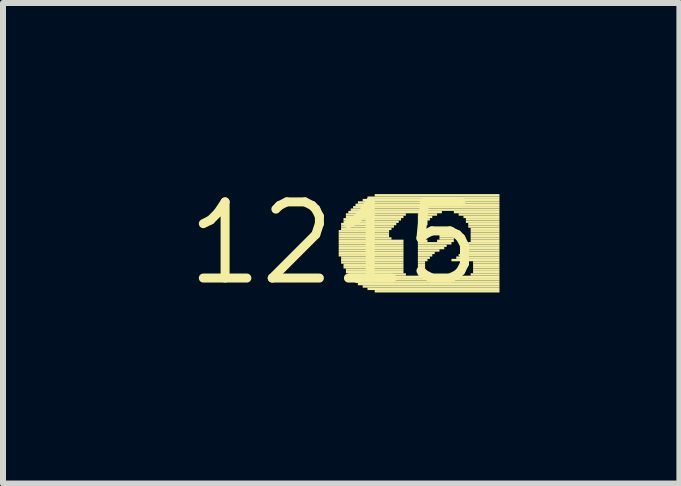
<source format=kicad_pcb>
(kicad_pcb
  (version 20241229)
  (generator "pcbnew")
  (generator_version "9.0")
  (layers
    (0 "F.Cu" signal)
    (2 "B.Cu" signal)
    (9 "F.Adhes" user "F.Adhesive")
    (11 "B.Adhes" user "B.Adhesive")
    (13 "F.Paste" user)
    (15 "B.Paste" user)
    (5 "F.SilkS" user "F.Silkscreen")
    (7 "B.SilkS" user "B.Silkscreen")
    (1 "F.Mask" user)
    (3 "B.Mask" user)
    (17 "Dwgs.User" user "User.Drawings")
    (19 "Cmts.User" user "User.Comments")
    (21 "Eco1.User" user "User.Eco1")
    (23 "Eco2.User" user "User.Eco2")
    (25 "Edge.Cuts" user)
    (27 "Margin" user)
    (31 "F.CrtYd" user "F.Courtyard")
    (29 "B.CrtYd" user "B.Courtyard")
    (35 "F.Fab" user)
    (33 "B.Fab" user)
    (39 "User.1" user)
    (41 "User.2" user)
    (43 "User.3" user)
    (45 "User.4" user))
  (footprint "1215"
    (layer "F.Cu")
    (at 2.517 1.006)
    (property "Reference" "1215" (at 0 0 0) (layer "F.SilkS") (effects (font (size 1.27 1.27) (thickness 0.15))))
    (attr through_hole)
    (fp_poly (pts (xy 0.08 -0.18) (xy 0.92 -0.18) (xy 0.92 -0.22) (xy 0.08 -0.22)) (stroke (width 0) (type solid)) (fill yes) (layer "F.SilkS"))
    (fp_poly (pts (xy 0.08 -0.14) (xy 0.92 -0.14) (xy 0.92 -0.18) (xy 0.08 -0.18)) (stroke (width 0) (type solid)) (fill yes) (layer "F.SilkS"))
    (fp_poly (pts (xy 0.08 -0.1) (xy 0.92 -0.1) (xy 0.92 -0.14) (xy 0.08 -0.14)) (stroke (width 0) (type solid)) (fill yes) (layer "F.SilkS"))
    (fp_poly (pts (xy 0.08 -0.06) (xy 0.96 -0.06) (xy 0.96 -0.1) (xy 0.08 -0.1)) (stroke (width 0) (type solid)) (fill yes) (layer "F.SilkS"))
    (fp_poly (pts (xy 0.08 -0.02) (xy 1.16 -0.02) (xy 1.16 -0.06) (xy 0.08 -0.06)) (stroke (width 0) (type solid)) (fill yes) (layer "F.SilkS"))
    (fp_poly (pts (xy 0.08 0.02) (xy 1.16 0.02) (xy 1.16 -0.02) (xy 0.08 -0.02)) (stroke (width 0) (type solid)) (fill yes) (layer "F.SilkS"))
    (fp_poly (pts (xy 0.08 0.06) (xy 1.16 0.06) (xy 1.16 0.02) (xy 0.08 0.02)) (stroke (width 0) (type solid)) (fill yes) (layer "F.SilkS"))
    (fp_poly (pts (xy 0.08 0.1) (xy 1.16 0.1) (xy 1.16 0.06) (xy 0.08 0.06)) (stroke (width 0) (type solid)) (fill yes) (layer "F.SilkS"))
    (fp_poly (pts (xy 0.08 0.14) (xy 1.16 0.14) (xy 1.16 0.1) (xy 0.08 0.1)) (stroke (width 0) (type solid)) (fill yes) (layer "F.SilkS"))
    (fp_poly (pts (xy 0.08 0.18) (xy 1.16 0.18) (xy 1.16 0.14) (xy 0.08 0.14)) (stroke (width 0) (type solid)) (fill yes) (layer "F.SilkS"))
    (fp_poly (pts (xy 0.08 0.22) (xy 1.16 0.22) (xy 1.16 0.18) (xy 0.08 0.18)) (stroke (width 0) (type solid)) (fill yes) (layer "F.SilkS"))
    (fp_poly (pts (xy 0.12 -0.3) (xy 1.04 -0.3) (xy 1.04 -0.34) (xy 0.12 -0.34)) (stroke (width 0) (type solid)) (fill yes) (layer "F.SilkS"))
    (fp_poly (pts (xy 0.12 -0.26) (xy 1 -0.26) (xy 1 -0.3) (xy 0.12 -0.3)) (stroke (width 0) (type solid)) (fill yes) (layer "F.SilkS"))
    (fp_poly (pts (xy 0.12 -0.22) (xy 0.96 -0.22) (xy 0.96 -0.26) (xy 0.12 -0.26)) (stroke (width 0) (type solid)) (fill yes) (layer "F.SilkS"))
    (fp_poly (pts (xy 0.12 0.26) (xy 1.16 0.26) (xy 1.16 0.22) (xy 0.12 0.22)) (stroke (width 0) (type solid)) (fill yes) (layer "F.SilkS"))
    (fp_poly (pts (xy 0.12 0.3) (xy 1.16 0.3) (xy 1.16 0.26) (xy 0.12 0.26)) (stroke (width 0) (type solid)) (fill yes) (layer "F.SilkS"))
    (fp_poly (pts (xy 0.12 0.34) (xy 1.16 0.34) (xy 1.16 0.3) (xy 0.12 0.3)) (stroke (width 0) (type solid)) (fill yes) (layer "F.SilkS"))
    (fp_poly (pts (xy 0.16 -0.38) (xy 1.12 -0.38) (xy 1.12 -0.42) (xy 0.16 -0.42)) (stroke (width 0) (type solid)) (fill yes) (layer "F.SilkS"))
    (fp_poly (pts (xy 0.16 -0.34) (xy 1.08 -0.34) (xy 1.08 -0.38) (xy 0.16 -0.38)) (stroke (width 0) (type solid)) (fill yes) (layer "F.SilkS"))
    (fp_poly (pts (xy 0.16 0.38) (xy 1.16 0.38) (xy 1.16 0.34) (xy 0.16 0.34)) (stroke (width 0) (type solid)) (fill yes) (layer "F.SilkS"))
    (fp_poly (pts (xy 0.16 0.42) (xy 1.16 0.42) (xy 1.16 0.38) (xy 0.16 0.38)) (stroke (width 0) (type solid)) (fill yes) (layer "F.SilkS"))
    (fp_poly (pts (xy 0.2 -0.46) (xy 1.2 -0.46) (xy 1.2 -0.5) (xy 0.2 -0.5)) (stroke (width 0) (type solid)) (fill yes) (layer "F.SilkS"))
    (fp_poly (pts (xy 0.2 -0.42) (xy 1.16 -0.42) (xy 1.16 -0.46) (xy 0.2 -0.46)) (stroke (width 0) (type solid)) (fill yes) (layer "F.SilkS"))
    (fp_poly (pts (xy 0.2 0.46) (xy 1.16 0.46) (xy 1.16 0.42) (xy 0.2 0.42)) (stroke (width 0) (type solid)) (fill yes) (layer "F.SilkS"))
    (fp_poly (pts (xy 0.2 0.5) (xy 1.16 0.5) (xy 1.16 0.46) (xy 0.2 0.46)) (stroke (width 0) (type solid)) (fill yes) (layer "F.SilkS"))
    (fp_poly (pts (xy 0.24 -0.5) (xy 1.8 -0.5) (xy 1.8 -0.54) (xy 0.24 -0.54)) (stroke (width 0) (type solid)) (fill yes) (layer "F.SilkS"))
    (fp_poly (pts (xy 0.24 0.54) (xy 1.2 0.54) (xy 1.2 0.5) (xy 0.24 0.5)) (stroke (width 0) (type solid)) (fill yes) (layer "F.SilkS"))
    (fp_poly (pts (xy 0.28 -0.54) (xy 2.76 -0.54) (xy 2.76 -0.58) (xy 0.28 -0.58)) (stroke (width 0) (type solid)) (fill yes) (layer "F.SilkS"))
    (fp_poly (pts (xy 0.28 0.58) (xy 2.76 0.58) (xy 2.76 0.54) (xy 0.28 0.54)) (stroke (width 0) (type solid)) (fill yes) (layer "F.SilkS"))
    (fp_poly (pts (xy 0.32 -0.58) (xy 2.76 -0.58) (xy 2.76 -0.62) (xy 0.32 -0.62)) (stroke (width 0) (type solid)) (fill yes) (layer "F.SilkS"))
    (fp_poly (pts (xy 0.32 0.62) (xy 2.76 0.62) (xy 2.76 0.58) (xy 0.32 0.58)) (stroke (width 0) (type solid)) (fill yes) (layer "F.SilkS"))
    (fp_poly (pts (xy 0.36 -0.62) (xy 2.76 -0.62) (xy 2.76 -0.66) (xy 0.36 -0.66)) (stroke (width 0) (type solid)) (fill yes) (layer "F.SilkS"))
    (fp_poly (pts (xy 0.36 0.66) (xy 2.76 0.66) (xy 2.76 0.62) (xy 0.36 0.62)) (stroke (width 0) (type solid)) (fill yes) (layer "F.SilkS"))
    (fp_poly (pts (xy 0.4 -0.66) (xy 2.76 -0.66) (xy 2.76 -0.7) (xy 0.4 -0.7)) (stroke (width 0) (type solid)) (fill yes) (layer "F.SilkS"))
    (fp_poly (pts (xy 0.4 0.7) (xy 2.76 0.7) (xy 2.76 0.66) (xy 0.4 0.66)) (stroke (width 0) (type solid)) (fill yes) (layer "F.SilkS"))
    (fp_poly (pts (xy 0.48 -0.7) (xy 2.76 -0.7) (xy 2.76 -0.74) (xy 0.48 -0.74)) (stroke (width 0) (type solid)) (fill yes) (layer "F.SilkS"))
    (fp_poly (pts (xy 0.48 0.74) (xy 2.76 0.74) (xy 2.76 0.7) (xy 0.48 0.7)) (stroke (width 0) (type solid)) (fill yes) (layer "F.SilkS"))
    (fp_poly (pts (xy 0.56 -0.74) (xy 2.76 -0.74) (xy 2.76 -0.78) (xy 0.56 -0.78)) (stroke (width 0) (type solid)) (fill yes) (layer "F.SilkS"))
    (fp_poly (pts (xy 0.56 0.78) (xy 2.76 0.78) (xy 2.76 0.74) (xy 0.56 0.74)) (stroke (width 0) (type solid)) (fill yes) (layer "F.SilkS"))
    (fp_poly (pts (xy 0.68 -0.78) (xy 2.76 -0.78) (xy 2.76 -0.82) (xy 0.68 -0.82)) (stroke (width 0) (type solid)) (fill yes) (layer "F.SilkS"))
    (fp_poly (pts (xy 0.68 0.82) (xy 2.76 0.82) (xy 2.76 0.78) (xy 0.68 0.78)) (stroke (width 0) (type solid)) (fill yes) (layer "F.SilkS"))
    (fp_poly (pts (xy 1.4 -0.46) (xy 1.72 -0.46) (xy 1.72 -0.5) (xy 1.4 -0.5)) (stroke (width 0) (type solid)) (fill yes) (layer "F.SilkS"))
    (fp_poly (pts (xy 1.4 -0.42) (xy 1.64 -0.42) (xy 1.64 -0.46) (xy 1.4 -0.46)) (stroke (width 0) (type solid)) (fill yes) (layer "F.SilkS"))
    (fp_poly (pts (xy 1.4 -0.38) (xy 1.6 -0.38) (xy 1.6 -0.42) (xy 1.4 -0.42)) (stroke (width 0) (type solid)) (fill yes) (layer "F.SilkS"))
    (fp_poly (pts (xy 1.4 -0.34) (xy 1.56 -0.34) (xy 1.56 -0.38) (xy 1.4 -0.38)) (stroke (width 0) (type solid)) (fill yes) (layer "F.SilkS"))
    (fp_poly (pts (xy 1.4 -0.3) (xy 1.56 -0.3) (xy 1.56 -0.34) (xy 1.4 -0.34)) (stroke (width 0) (type solid)) (fill yes) (layer "F.SilkS"))
    (fp_poly (pts (xy 1.4 -0.26) (xy 1.52 -0.26) (xy 1.52 -0.3) (xy 1.4 -0.3)) (stroke (width 0) (type solid)) (fill yes) (layer "F.SilkS"))
    (fp_poly (pts (xy 1.4 -0.22) (xy 1.52 -0.22) (xy 1.52 -0.26) (xy 1.4 -0.26)) (stroke (width 0) (type solid)) (fill yes) (layer "F.SilkS"))
    (fp_poly (pts (xy 1.4 -0.18) (xy 1.52 -0.18) (xy 1.52 -0.22) (xy 1.4 -0.22)) (stroke (width 0) (type solid)) (fill yes) (layer "F.SilkS"))
    (fp_poly (pts (xy 1.4 -0.14) (xy 1.52 -0.14) (xy 1.52 -0.18) (xy 1.4 -0.18)) (stroke (width 0) (type solid)) (fill yes) (layer "F.SilkS"))
    (fp_poly (pts (xy 1.4 -0.1) (xy 1.52 -0.1) (xy 1.52 -0.14) (xy 1.4 -0.14)) (stroke (width 0) (type solid)) (fill yes) (layer "F.SilkS"))
    (fp_poly (pts (xy 1.4 -0.06) (xy 1.52 -0.06) (xy 1.52 -0.1) (xy 1.4 -0.1)) (stroke (width 0) (type solid)) (fill yes) (layer "F.SilkS"))
    (fp_poly (pts (xy 1.4 -0.02) (xy 1.56 -0.02) (xy 1.56 -0.06) (xy 1.4 -0.06)) (stroke (width 0) (type solid)) (fill yes) (layer "F.SilkS"))
    (fp_poly (pts (xy 1.4 0.02) (xy 1.96 0.02) (xy 1.96 -0.02) (xy 1.4 -0.02)) (stroke (width 0) (type solid)) (fill yes) (layer "F.SilkS"))
    (fp_poly (pts (xy 1.4 0.06) (xy 1.88 0.06) (xy 1.88 0.02) (xy 1.4 0.02)) (stroke (width 0) (type solid)) (fill yes) (layer "F.SilkS"))
    (fp_poly (pts (xy 1.4 0.1) (xy 1.84 0.1) (xy 1.84 0.06) (xy 1.4 0.06)) (stroke (width 0) (type solid)) (fill yes) (layer "F.SilkS"))
    (fp_poly (pts (xy 1.4 0.14) (xy 1.76 0.14) (xy 1.76 0.1) (xy 1.4 0.1)) (stroke (width 0) (type solid)) (fill yes) (layer "F.SilkS"))
    (fp_poly (pts (xy 1.4 0.18) (xy 1.68 0.18) (xy 1.68 0.14) (xy 1.4 0.14)) (stroke (width 0) (type solid)) (fill yes) (layer "F.SilkS"))
    (fp_poly (pts (xy 1.4 0.22) (xy 1.64 0.22) (xy 1.64 0.18) (xy 1.4 0.18)) (stroke (width 0) (type solid)) (fill yes) (layer "F.SilkS"))
    (fp_poly (pts (xy 1.4 0.26) (xy 1.6 0.26) (xy 1.6 0.22) (xy 1.4 0.22)) (stroke (width 0) (type solid)) (fill yes) (layer "F.SilkS"))
    (fp_poly (pts (xy 1.4 0.3) (xy 1.56 0.3) (xy 1.56 0.26) (xy 1.4 0.26)) (stroke (width 0) (type solid)) (fill yes) (layer "F.SilkS"))
    (fp_poly (pts (xy 1.4 0.34) (xy 1.52 0.34) (xy 1.52 0.3) (xy 1.4 0.3)) (stroke (width 0) (type solid)) (fill yes) (layer "F.SilkS"))
    (fp_poly (pts (xy 1.4 0.38) (xy 1.52 0.38) (xy 1.52 0.34) (xy 1.4 0.34)) (stroke (width 0) (type solid)) (fill yes) (layer "F.SilkS"))
    (fp_poly (pts (xy 1.4 0.42) (xy 1.52 0.42) (xy 1.52 0.38) (xy 1.4 0.38)) (stroke (width 0) (type solid)) (fill yes) (layer "F.SilkS"))
    (fp_poly (pts (xy 1.4 0.46) (xy 1.52 0.46) (xy 1.52 0.42) (xy 1.4 0.42)) (stroke (width 0) (type solid)) (fill yes) (layer "F.SilkS"))
    (fp_poly (pts (xy 1.4 0.5) (xy 1.52 0.5) (xy 1.52 0.46) (xy 1.4 0.46)) (stroke (width 0) (type solid)) (fill yes) (layer "F.SilkS"))
    (fp_poly (pts (xy 1.4 0.54) (xy 1.56 0.54) (xy 1.56 0.5) (xy 1.4 0.5)) (stroke (width 0) (type solid)) (fill yes) (layer "F.SilkS"))
    (fp_poly (pts (xy 1.72 -0.02) (xy 2 -0.02) (xy 2 -0.06) (xy 1.72 -0.06)) (stroke (width 0) (type solid)) (fill yes) (layer "F.SilkS"))
    (fp_poly (pts (xy 1.76 -0.18) (xy 2.04 -0.18) (xy 2.04 -0.22) (xy 1.76 -0.22)) (stroke (width 0) (type solid)) (fill yes) (layer "F.SilkS"))
    (fp_poly (pts (xy 1.76 -0.14) (xy 2.04 -0.14) (xy 2.04 -0.18) (xy 1.76 -0.18)) (stroke (width 0) (type solid)) (fill yes) (layer "F.SilkS"))
    (fp_poly (pts (xy 1.76 -0.1) (xy 2.04 -0.1) (xy 2.04 -0.14) (xy 1.76 -0.14)) (stroke (width 0) (type solid)) (fill yes) (layer "F.SilkS"))
    (fp_poly (pts (xy 1.76 -0.06) (xy 2 -0.06) (xy 2 -0.1) (xy 1.76 -0.1)) (stroke (width 0) (type solid)) (fill yes) (layer "F.SilkS"))
    (fp_poly (pts (xy 1.8 -0.22) (xy 2 -0.22) (xy 2 -0.26) (xy 1.8 -0.26)) (stroke (width 0) (type solid)) (fill yes) (layer "F.SilkS"))
    (fp_poly (pts (xy 1.96 0.3) (xy 2.76 0.3) (xy 2.76 0.26) (xy 1.96 0.26)) (stroke (width 0) (type solid)) (fill yes) (layer "F.SilkS"))
    (fp_poly (pts (xy 2 -0.5) (xy 2.76 -0.5) (xy 2.76 -0.54) (xy 2 -0.54)) (stroke (width 0) (type solid)) (fill yes) (layer "F.SilkS"))
    (fp_poly (pts (xy 2.04 0.26) (xy 2.76 0.26) (xy 2.76 0.22) (xy 2.04 0.22)) (stroke (width 0) (type solid)) (fill yes) (layer "F.SilkS"))
    (fp_poly (pts (xy 2.08 -0.46) (xy 2.76 -0.46) (xy 2.76 -0.5) (xy 2.08 -0.5)) (stroke (width 0) (type solid)) (fill yes) (layer "F.SilkS"))
    (fp_poly (pts (xy 2.08 0.22) (xy 2.76 0.22) (xy 2.76 0.18) (xy 2.08 0.18)) (stroke (width 0) (type solid)) (fill yes) (layer "F.SilkS"))
    (fp_poly (pts (xy 2.12 0.18) (xy 2.76 0.18) (xy 2.76 0.14) (xy 2.12 0.14)) (stroke (width 0) (type solid)) (fill yes) (layer "F.SilkS"))
    (fp_poly (pts (xy 2.16 -0.42) (xy 2.76 -0.42) (xy 2.76 -0.46) (xy 2.16 -0.46)) (stroke (width 0) (type solid)) (fill yes) (layer "F.SilkS"))
    (fp_poly (pts (xy 2.16 0.14) (xy 2.76 0.14) (xy 2.76 0.1) (xy 2.16 0.1)) (stroke (width 0) (type solid)) (fill yes) (layer "F.SilkS"))
    (fp_poly (pts (xy 2.2 -0.38) (xy 2.76 -0.38) (xy 2.76 -0.42) (xy 2.2 -0.42)) (stroke (width 0) (type solid)) (fill yes) (layer "F.SilkS"))
    (fp_poly (pts (xy 2.2 -0.34) (xy 2.76 -0.34) (xy 2.76 -0.38) (xy 2.2 -0.38)) (stroke (width 0) (type solid)) (fill yes) (layer "F.SilkS"))
    (fp_poly (pts (xy 2.2 0.1) (xy 2.76 0.1) (xy 2.76 0.06) (xy 2.2 0.06)) (stroke (width 0) (type solid)) (fill yes) (layer "F.SilkS"))
    (fp_poly (pts (xy 2.24 -0.3) (xy 2.76 -0.3) (xy 2.76 -0.34) (xy 2.24 -0.34)) (stroke (width 0) (type solid)) (fill yes) (layer "F.SilkS"))
    (fp_poly (pts (xy 2.24 -0.26) (xy 2.76 -0.26) (xy 2.76 -0.3) (xy 2.24 -0.3)) (stroke (width 0) (type solid)) (fill yes) (layer "F.SilkS"))
    (fp_poly (pts (xy 2.24 0.02) (xy 2.76 0.02) (xy 2.76 -0.02) (xy 2.24 -0.02)) (stroke (width 0) (type solid)) (fill yes) (layer "F.SilkS"))
    (fp_poly (pts (xy 2.24 0.06) (xy 2.76 0.06) (xy 2.76 0.02) (xy 2.24 0.02)) (stroke (width 0) (type solid)) (fill yes) (layer "F.SilkS"))
    (fp_poly (pts (xy 2.28 -0.22) (xy 2.76 -0.22) (xy 2.76 -0.26) (xy 2.28 -0.26)) (stroke (width 0) (type solid)) (fill yes) (layer "F.SilkS"))
    (fp_poly (pts (xy 2.28 -0.18) (xy 2.76 -0.18) (xy 2.76 -0.22) (xy 2.28 -0.22)) (stroke (width 0) (type solid)) (fill yes) (layer "F.SilkS"))
    (fp_poly (pts (xy 2.28 -0.14) (xy 2.76 -0.14) (xy 2.76 -0.18) (xy 2.28 -0.18)) (stroke (width 0) (type solid)) (fill yes) (layer "F.SilkS"))
    (fp_poly (pts (xy 2.28 -0.1) (xy 2.76 -0.1) (xy 2.76 -0.14) (xy 2.28 -0.14)) (stroke (width 0) (type solid)) (fill yes) (layer "F.SilkS"))
    (fp_poly (pts (xy 2.28 -0.06) (xy 2.76 -0.06) (xy 2.76 -0.1) (xy 2.28 -0.1)) (stroke (width 0) (type solid)) (fill yes) (layer "F.SilkS"))
    (fp_poly (pts (xy 2.28 -0.02) (xy 2.76 -0.02) (xy 2.76 -0.06) (xy 2.28 -0.06)) (stroke (width 0) (type solid)) (fill yes) (layer "F.SilkS"))
    (fp_poly (pts (xy 2.28 0.54) (xy 2.76 0.54) (xy 2.76 0.5) (xy 2.28 0.5)) (stroke (width 0) (type solid)) (fill yes) (layer "F.SilkS"))
    (fp_poly (pts (xy 2.32 0.34) (xy 2.76 0.34) (xy 2.76 0.3) (xy 2.32 0.3)) (stroke (width 0) (type solid)) (fill yes) (layer "F.SilkS"))
    (fp_poly (pts (xy 2.32 0.38) (xy 2.76 0.38) (xy 2.76 0.34) (xy 2.32 0.34)) (stroke (width 0) (type solid)) (fill yes) (layer "F.SilkS"))
    (fp_poly (pts (xy 2.32 0.42) (xy 2.76 0.42) (xy 2.76 0.38) (xy 2.32 0.38)) (stroke (width 0) (type solid)) (fill yes) (layer "F.SilkS"))
    (fp_poly (pts (xy 2.32 0.46) (xy 2.76 0.46) (xy 2.76 0.42) (xy 2.32 0.42)) (stroke (width 0) (type solid)) (fill yes) (layer "F.SilkS"))
    (fp_poly (pts (xy 2.32 0.5) (xy 2.76 0.5) (xy 2.76 0.46) (xy 2.32 0.46)) (stroke (width 0) (type solid)) (fill yes) (layer "F.SilkS")))
  (gr_rect
    (start -3 -3)
    (end 8.277 5.012)
    (stroke (width 0.1) (type default))
    (fill no)
    (layer "Edge.Cuts")))
</source>
